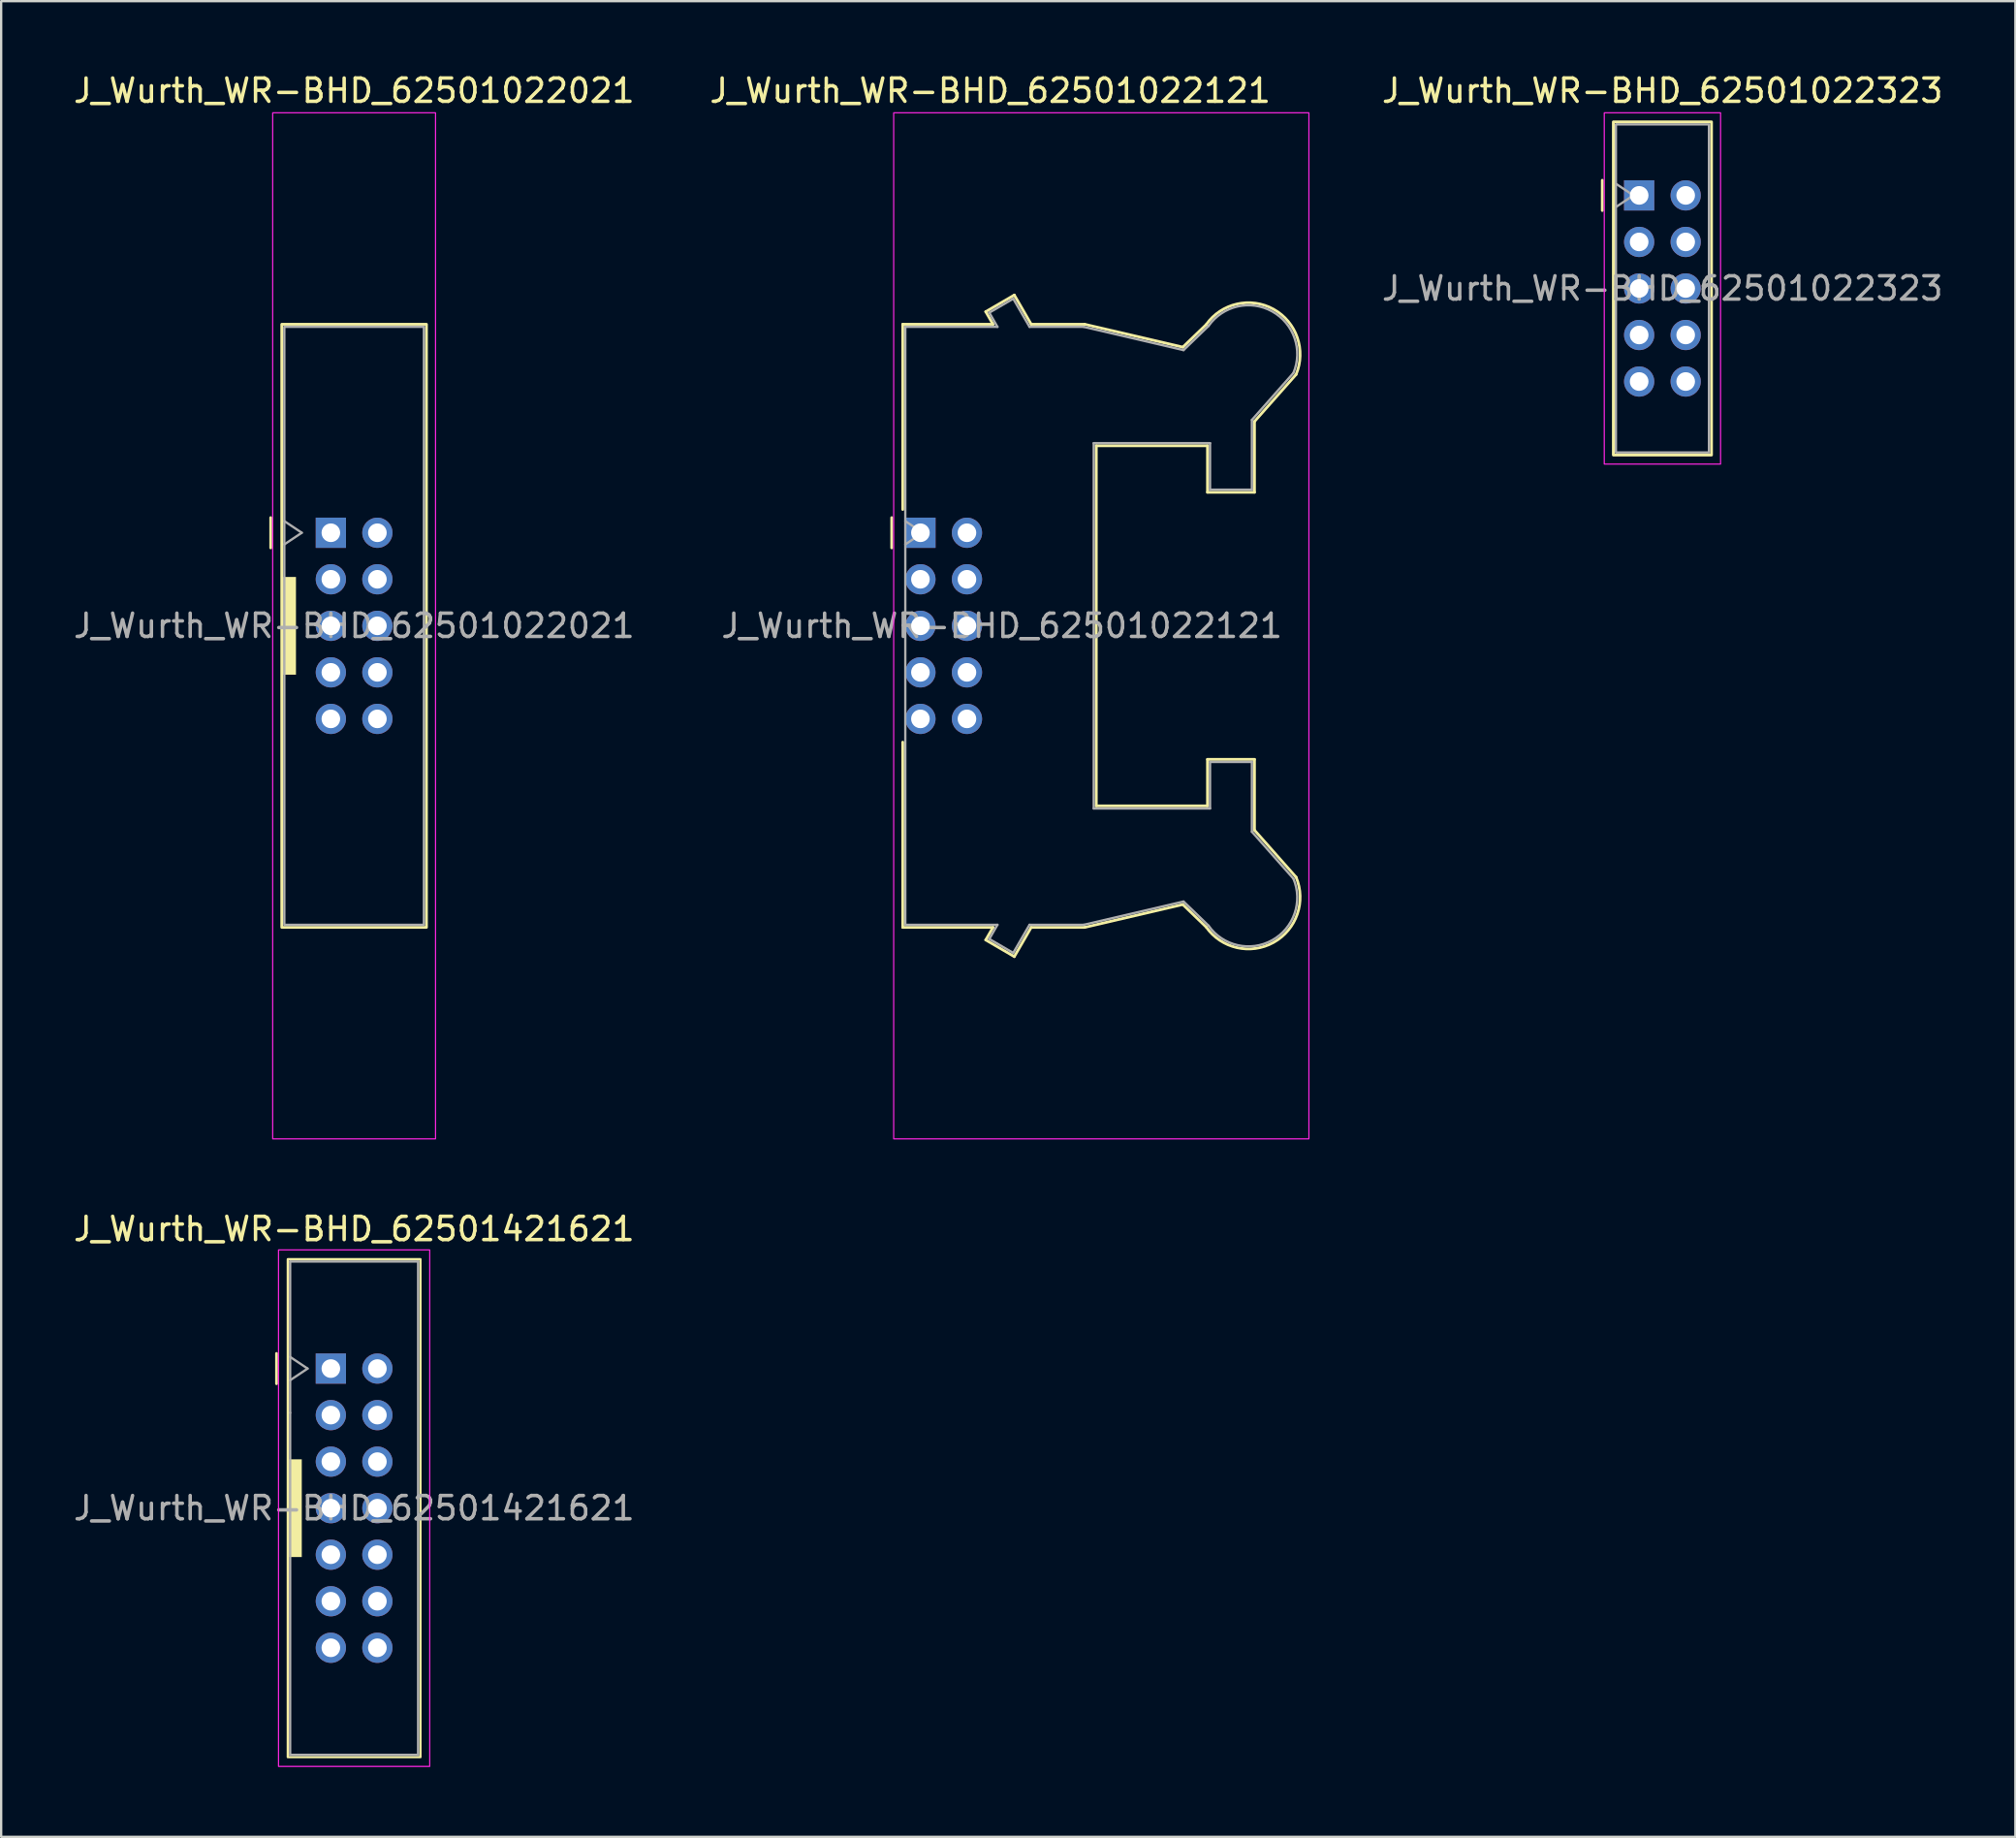
<source format=kicad_pcb>
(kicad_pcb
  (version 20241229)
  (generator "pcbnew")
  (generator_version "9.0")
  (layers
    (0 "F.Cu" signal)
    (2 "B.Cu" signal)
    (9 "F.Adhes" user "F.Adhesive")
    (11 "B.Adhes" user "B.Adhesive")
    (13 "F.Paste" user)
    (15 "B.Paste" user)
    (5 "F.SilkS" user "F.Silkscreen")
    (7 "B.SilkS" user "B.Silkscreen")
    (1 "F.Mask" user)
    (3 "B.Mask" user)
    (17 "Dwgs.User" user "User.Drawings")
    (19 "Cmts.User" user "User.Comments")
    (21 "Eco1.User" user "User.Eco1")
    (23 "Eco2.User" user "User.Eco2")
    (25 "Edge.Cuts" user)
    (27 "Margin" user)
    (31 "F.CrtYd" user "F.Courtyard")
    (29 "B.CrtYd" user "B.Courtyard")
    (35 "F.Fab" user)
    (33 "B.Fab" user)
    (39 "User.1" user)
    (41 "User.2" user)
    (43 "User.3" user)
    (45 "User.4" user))
  (footprint "J_Wurth_WR-BHD_62501421621"
    (layer "F.Cu")
    (at 11.173 55.772)
    (property "Reference" "J_Wurth_WR-BHD_62501421621" (at 1 -6 0) (unlocked yes) (layer "F.SilkS") (effects (font (size 1 1) (thickness 0.15))))
    (attr through_hole)
    (fp_line (start -2.335 -0.65) (end -2.335 0.65) (stroke (width 0.12) (type solid)) (layer "F.SilkS"))
    (fp_rect (start -1.8 3.9) (end -1.25 8.1) (stroke (width 0) (type solid)) (fill yes) (layer "F.SilkS"))
    (fp_poly (pts (xy 3.85 16.7) (xy 3.85 -4.7) (xy -1.85 -4.7) (xy -1.85 16.7)) (stroke (width 0.1) (type solid)) (fill no) (layer "F.SilkS"))
    (fp_poly (pts (xy -2.25 -5.1) (xy -2.25 17.1) (xy 4.25 17.1) (xy 4.25 -5.1)) (stroke (width 0.05) (type solid)) (fill no) (layer "F.CrtYd"))
    (fp_line (start -1.75 -4.6) (end -1.75 1.9) (stroke (width 0.1) (type solid)) (layer "F.Fab"))
    (fp_line (start -1.75 1.9) (end -1.75 6.1) (stroke (width 0.1) (type solid)) (layer "F.Fab"))
    (fp_line (start -1.75 6.1) (end -1.75 16.6) (stroke (width 0.1) (type solid)) (layer "F.Fab"))
    (fp_line (start -1.75 16.6) (end 3.75 16.6) (stroke (width 0.1) (type solid)) (layer "F.Fab"))
    (fp_line (start -1 0) (end -1.75 -0.5) (stroke (width 0.1) (type solid)) (layer "F.Fab"))
    (fp_line (start -1 0) (end -1.75 0.5) (stroke (width 0.1) (type solid)) (layer "F.Fab"))
    (fp_line (start 3.75 -4.6) (end -1.75 -4.6) (stroke (width 0.1) (type solid)) (layer "F.Fab"))
    (fp_line (start 3.75 16.6) (end 3.75 -4.6) (stroke (width 0.1) (type solid)) (layer "F.Fab"))
    (fp_text user "${REFERENCE}" (at 1 6 0) (unlocked yes) (layer "F.Fab") (effects (font (size 1 1) (thickness 0.15))))
    (pad "1" thru_hole rect (at 0 0 270) (size 1.3 1.3) (drill 0.8) (layers "*.Cu" "*.Mask"))
    (pad "2" thru_hole circle (at 2 0 270) (size 1.3 1.3) (drill 0.8) (layers "*.Cu" "*.Mask"))
    (pad "3" thru_hole circle (at 0 2 270) (size 1.3 1.3) (drill 0.8) (layers "*.Cu" "*.Mask"))
    (pad "4" thru_hole circle (at 2 2 270) (size 1.3 1.3) (drill 0.8) (layers "*.Cu" "*.Mask"))
    (pad "5" thru_hole circle (at 0 4 270) (size 1.3 1.3) (drill 0.8) (layers "*.Cu" "*.Mask"))
    (pad "6" thru_hole circle (at 2 4 270) (size 1.3 1.3) (drill 0.8) (layers "*.Cu" "*.Mask"))
    (pad "7" thru_hole circle (at 0 6 270) (size 1.3 1.3) (drill 0.8) (layers "*.Cu" "*.Mask"))
    (pad "8" thru_hole circle (at 2 6 270) (size 1.3 1.3) (drill 0.8) (layers "*.Cu" "*.Mask"))
    (pad "9" thru_hole circle (at 0 8 270) (size 1.3 1.3) (drill 0.8) (layers "*.Cu" "*.Mask"))
    (pad "10" thru_hole circle (at 2 8 270) (size 1.3 1.3) (drill 0.8) (layers "*.Cu" "*.Mask"))
    (pad "11" thru_hole circle (at 0 10 270) (size 1.3 1.3) (drill 0.8) (layers "*.Cu" "*.Mask"))
    (pad "12" thru_hole circle (at 2 10 270) (size 1.3 1.3) (drill 0.8) (layers "*.Cu" "*.Mask"))
    (pad "13" thru_hole circle (at 0 12 270) (size 1.3 1.3) (drill 0.8) (layers "*.Cu" "*.Mask"))
    (pad "14" thru_hole circle (at 2 12 270) (size 1.3 1.3) (drill 0.8) (layers "*.Cu" "*.Mask")))
  (footprint "J_Wurth_WR-BHD_62501022121"
    (layer "F.Cu")
    (at 36.518 19.848)
    (property "Reference" "J_Wurth_WR-BHD_62501022121" (at 3 -19 0) (unlocked yes) (layer "F.SilkS") (effects (font (size 1 1) (thickness 0.15))))
    (attr through_hole)
    (fp_line (start -1.235 -0.65) (end -1.235 0.65) (stroke (width 0.12) (type solid)) (layer "F.SilkS"))
    (fp_line (start -0.76 -8.96) (end 3.12 -8.96) (stroke (width 0.12) (type solid)) (layer "F.SilkS"))
    (fp_line (start -0.76 -1) (end -0.76 -8.96) (stroke (width 0.12) (type solid)) (layer "F.SilkS"))
    (fp_line (start -0.76 16.96) (end -0.76 9) (stroke (width 0.12) (type solid)) (layer "F.SilkS"))
    (fp_line (start -0.76 16.96) (end 3.12 16.96) (stroke (width 0.12) (type solid)) (layer "F.SilkS"))
    (fp_line (start 2.808 -9.502) (end 4.035 -10.216) (stroke (width 0.12) (type solid)) (layer "F.SilkS"))
    (fp_line (start 2.808 17.502) (end 4.035 18.216) (stroke (width 0.12) (type solid)) (layer "F.SilkS"))
    (fp_line (start 3.12 -8.96) (end 2.808 -9.502) (stroke (width 0.12) (type solid)) (layer "F.SilkS"))
    (fp_line (start 3.12 16.96) (end 2.808 17.502) (stroke (width 0.12) (type solid)) (layer "F.SilkS"))
    (fp_line (start 4.035 -10.216) (end 4.762 -8.96) (stroke (width 0.12) (type solid)) (layer "F.SilkS"))
    (fp_line (start 4.035 18.216) (end 4.762 16.96) (stroke (width 0.12) (type solid)) (layer "F.SilkS"))
    (fp_line (start 4.762 -8.96) (end 7.062 -8.96) (stroke (width 0.12) (type solid)) (layer "F.SilkS"))
    (fp_line (start 4.762 16.96) (end 7.062 16.96) (stroke (width 0.12) (type solid)) (layer "F.SilkS"))
    (fp_line (start 7.062 -8.96) (end 11.279 -7.977) (stroke (width 0.12) (type solid)) (layer "F.SilkS"))
    (fp_line (start 7.062 16.96) (end 11.279 15.977) (stroke (width 0.12) (type solid)) (layer "F.SilkS"))
    (fp_line (start 7.56 11.74) (end 7.56 -3.74) (stroke (width 0.12) (type solid)) (layer "F.SilkS"))
    (fp_line (start 11.279 -7.977) (end 12.285 -8.947) (stroke (width 0.12) (type solid)) (layer "F.SilkS"))
    (fp_line (start 11.279 15.977) (end 12.285 16.947) (stroke (width 0.12) (type solid)) (layer "F.SilkS"))
    (fp_line (start 12.34 -3.74) (end 7.56 -3.74) (stroke (width 0.12) (type solid)) (layer "F.SilkS"))
    (fp_line (start 12.34 -1.74) (end 12.34 -3.74) (stroke (width 0.12) (type solid)) (layer "F.SilkS"))
    (fp_line (start 12.34 9.74) (end 12.34 11.74) (stroke (width 0.12) (type solid)) (layer "F.SilkS"))
    (fp_line (start 12.34 11.74) (end 7.56 11.74) (stroke (width 0.12) (type solid)) (layer "F.SilkS"))
    (fp_line (start 14.36 -4.782) (end 14.36 -1.74) (stroke (width 0.12) (type solid)) (layer "F.SilkS"))
    (fp_line (start 14.36 -1.74) (end 12.34 -1.74) (stroke (width 0.12) (type solid)) (layer "F.SilkS"))
    (fp_line (start 14.36 9.74) (end 12.34 9.74) (stroke (width 0.12) (type solid)) (layer "F.SilkS"))
    (fp_line (start 14.36 12.782) (end 14.36 9.74) (stroke (width 0.12) (type solid)) (layer "F.SilkS"))
    (fp_line (start 16.148 -6.803) (end 14.362 -4.785) (stroke (width 0.12) (type solid)) (layer "F.SilkS"))
    (fp_line (start 16.148 14.803) (end 14.362 12.785) (stroke (width 0.12) (type solid)) (layer "F.SilkS"))
    (fp_arc (start 12.284536 -8.946538) (mid 15.178015 -9.608271) (end 16.148123 -6.803098) (stroke (width 0.12) (type solid)) (layer "F.SilkS"))
    (fp_arc (start 16.148123 14.803098) (mid 15.178016 17.608273) (end 12.284536 16.946538) (stroke (width 0.12) (type solid)) (layer "F.SilkS"))
    (fp_rect (start -1.15 -18.05) (end 16.7 26.05) (stroke (width 0.05) (type solid)) (fill no) (layer "F.CrtYd"))
    (fp_line (start -0.65 -8.85) (end 3.311 -8.85) (stroke (width 0.1) (type solid)) (layer "F.Fab"))
    (fp_line (start -0.65 16.85) (end -0.65 -8.85) (stroke (width 0.1) (type solid)) (layer "F.Fab"))
    (fp_line (start -0.65 16.85) (end 3.311 16.85) (stroke (width 0.1) (type solid)) (layer "F.Fab"))
    (fp_line (start 0.1 0) (end -0.65 -0.5) (stroke (width 0.1) (type solid)) (layer "F.Fab"))
    (fp_line (start 0.1 0) (end -0.65 0.5) (stroke (width 0.1) (type solid)) (layer "F.Fab"))
    (fp_line (start 2.96 -9.46) (end 3.99 -10.06) (stroke (width 0.1) (type solid)) (layer "F.Fab"))
    (fp_line (start 2.96 17.46) (end 3.99 18.06) (stroke (width 0.1) (type solid)) (layer "F.Fab"))
    (fp_line (start 3.311 -8.85) (end 2.96 -9.46) (stroke (width 0.1) (type solid)) (layer "F.Fab"))
    (fp_line (start 3.311 16.85) (end 2.96 17.46) (stroke (width 0.1) (type solid)) (layer "F.Fab"))
    (fp_line (start 3.99 -10.06) (end 4.69 -8.85) (stroke (width 0.1) (type solid)) (layer "F.Fab"))
    (fp_line (start 3.99 18.06) (end 4.69 16.85) (stroke (width 0.1) (type solid)) (layer "F.Fab"))
    (fp_line (start 4.69 -8.85) (end 7.02 -8.85) (stroke (width 0.1) (type solid)) (layer "F.Fab"))
    (fp_line (start 4.69 16.85) (end 7.02 16.85) (stroke (width 0.1) (type solid)) (layer "F.Fab"))
    (fp_line (start 7.02 -8.85) (end 11.31 -7.85) (stroke (width 0.1) (type solid)) (layer "F.Fab"))
    (fp_line (start 7.02 16.85) (end 11.31 15.85) (stroke (width 0.1) (type solid)) (layer "F.Fab"))
    (fp_line (start 7.45 11.85) (end 7.45 -3.85) (stroke (width 0.1) (type solid)) (layer "F.Fab"))
    (fp_line (start 11.31 -7.85) (end 12.386 -8.89) (stroke (width 0.1) (type solid)) (layer "F.Fab"))
    (fp_line (start 11.31 15.85) (end 12.387 16.89) (stroke (width 0.1) (type solid)) (layer "F.Fab"))
    (fp_line (start 12.45 -3.85) (end 7.45 -3.85) (stroke (width 0.1) (type solid)) (layer "F.Fab"))
    (fp_line (start 12.45 -1.85) (end 12.45 -3.85) (stroke (width 0.1) (type solid)) (layer "F.Fab"))
    (fp_line (start 12.45 9.85) (end 12.45 11.85) (stroke (width 0.1) (type solid)) (layer "F.Fab"))
    (fp_line (start 12.45 11.85) (end 7.45 11.85) (stroke (width 0.1) (type solid)) (layer "F.Fab"))
    (fp_line (start 14.25 -4.85) (end 14.25 -1.85) (stroke (width 0.1) (type solid)) (layer "F.Fab"))
    (fp_line (start 14.25 -1.85) (end 12.45 -1.85) (stroke (width 0.1) (type solid)) (layer "F.Fab"))
    (fp_line (start 14.25 9.85) (end 12.45 9.85) (stroke (width 0.1) (type solid)) (layer "F.Fab"))
    (fp_line (start 14.25 12.85) (end 14.25 9.85) (stroke (width 0.1) (type solid)) (layer "F.Fab"))
    (fp_line (start 16.034 14.866) (end 14.25 12.85) (stroke (width 0.1) (type solid)) (layer "F.Fab"))
    (fp_line (start 16.034 -6.866) (end 14.25 -4.85) (stroke (width 0.1) (type solid)) (layer "F.Fab"))
    (fp_arc (start 12.385693 -8.89) (mid 15.117944 -9.514867) (end 16.033999 -6.866) (stroke (width 0.1) (type solid)) (layer "F.Fab"))
    (fp_arc (start 16.033999 14.866) (mid 15.117944 17.514867) (end 12.385693 16.89) (stroke (width 0.1) (type solid)) (layer "F.Fab"))
    (fp_text user "${REFERENCE}" (at 3.5 4 0) (unlocked yes) (layer "F.Fab") (effects (font (size 1 1) (thickness 0.15))))
    (pad "1" thru_hole rect (at 0 0 270) (size 1.3 1.3) (drill 0.8) (layers "*.Cu" "*.Mask"))
    (pad "2" thru_hole circle (at 2 0 270) (size 1.3 1.3) (drill 0.8) (layers "*.Cu" "*.Mask"))
    (pad "3" thru_hole circle (at 0 2 270) (size 1.3 1.3) (drill 0.8) (layers "*.Cu" "*.Mask"))
    (pad "4" thru_hole circle (at 2 2 270) (size 1.3 1.3) (drill 0.8) (layers "*.Cu" "*.Mask"))
    (pad "5" thru_hole circle (at 0 4 270) (size 1.3 1.3) (drill 0.8) (layers "*.Cu" "*.Mask"))
    (pad "6" thru_hole circle (at 2 4 270) (size 1.3 1.3) (drill 0.8) (layers "*.Cu" "*.Mask"))
    (pad "7" thru_hole circle (at 0 6 270) (size 1.3 1.3) (drill 0.8) (layers "*.Cu" "*.Mask"))
    (pad "8" thru_hole circle (at 2 6 270) (size 1.3 1.3) (drill 0.8) (layers "*.Cu" "*.Mask"))
    (pad "9" thru_hole circle (at 0 8 270) (size 1.3 1.3) (drill 0.8) (layers "*.Cu" "*.Mask"))
    (pad "10" thru_hole circle (at 2 8 270) (size 1.3 1.3) (drill 0.8) (layers "*.Cu" "*.Mask")))
  (footprint "J_Wurth_WR-BHD_62501022021"
    (layer "F.Cu")
    (at 11.173 19.848)
    (property "Reference" "J_Wurth_WR-BHD_62501022021" (at 1 -19 0) (unlocked yes) (layer "F.SilkS") (effects (font (size 1 1) (thickness 0.15))))
    (attr through_hole)
    (fp_line (start -2.585 -0.65) (end -2.585 0.65) (stroke (width 0.12) (type solid)) (layer "F.SilkS"))
    (fp_rect (start -2.11 -8.96) (end 4.11 16.96) (stroke (width 0.12) (type default)) (fill no) (layer "F.SilkS"))
    (fp_rect (start -2.05 1.9) (end -1.5 6.1) (stroke (width 0) (type default)) (fill yes) (layer "F.SilkS"))
    (fp_rect (start -2.5 -18.05) (end 4.5 26.05) (stroke (width 0.05) (type solid)) (fill no) (layer "F.CrtYd"))
    (fp_line (start -1.25 0) (end -2 -0.5) (stroke (width 0.1) (type solid)) (layer "F.Fab"))
    (fp_line (start -1.25 0) (end -2 0.5) (stroke (width 0.1) (type solid)) (layer "F.Fab"))
    (fp_rect (start -2 -8.85) (end 4 16.85) (stroke (width 0.1) (type solid)) (fill no) (layer "F.Fab"))
    (fp_text user "${REFERENCE}" (at 1 4 0) (unlocked yes) (layer "F.Fab") (effects (font (size 1 1) (thickness 0.15))))
    (pad "1" thru_hole rect (at 0 0 270) (size 1.3 1.3) (drill 0.8) (layers "*.Cu" "*.Mask"))
    (pad "2" thru_hole circle (at 2 0 270) (size 1.3 1.3) (drill 0.8) (layers "*.Cu" "*.Mask"))
    (pad "3" thru_hole circle (at 0 2 270) (size 1.3 1.3) (drill 0.8) (layers "*.Cu" "*.Mask"))
    (pad "4" thru_hole circle (at 2 2 270) (size 1.3 1.3) (drill 0.8) (layers "*.Cu" "*.Mask"))
    (pad "5" thru_hole circle (at 0 4 270) (size 1.3 1.3) (drill 0.8) (layers "*.Cu" "*.Mask"))
    (pad "6" thru_hole circle (at 2 4 270) (size 1.3 1.3) (drill 0.8) (layers "*.Cu" "*.Mask"))
    (pad "7" thru_hole circle (at 0 6 270) (size 1.3 1.3) (drill 0.8) (layers "*.Cu" "*.Mask"))
    (pad "8" thru_hole circle (at 2 6 270) (size 1.3 1.3) (drill 0.8) (layers "*.Cu" "*.Mask"))
    (pad "9" thru_hole circle (at 0 8 270) (size 1.3 1.3) (drill 0.8) (layers "*.Cu" "*.Mask"))
    (pad "10" thru_hole circle (at 2 8 270) (size 1.3 1.3) (drill 0.8) (layers "*.Cu" "*.Mask")))
  (footprint "J_Wurth_WR-BHD_62501022323"
    (layer "F.Cu")
    (at 67.415 5.348)
    (property "Reference" "J_Wurth_WR-BHD_62501022323" (at 1 -4.5 0) (unlocked yes) (layer "F.SilkS") (effects (font (size 1 1) (thickness 0.15))))
    (attr through_hole)
    (fp_line (start -1.585 -0.65) (end -1.585 0.65) (stroke (width 0.12) (type solid)) (layer "F.SilkS"))
    (fp_rect (start -1.11 -3.16) (end 3.11 11.16) (stroke (width 0.12) (type default)) (fill no) (layer "F.SilkS"))
    (fp_rect (start -1.5 -3.55) (end 3.5 11.55) (stroke (width 0.05) (type default)) (fill no) (layer "F.CrtYd"))
    (fp_line (start -0.25 0) (end -1 -0.5) (stroke (width 0.1) (type solid)) (layer "F.Fab"))
    (fp_line (start -0.25 0) (end -1 0.5) (stroke (width 0.1) (type solid)) (layer "F.Fab"))
    (fp_rect (start -1 -3.05) (end 3 11.05) (stroke (width 0.1) (type solid)) (fill no) (layer "F.Fab"))
    (fp_text user "${REFERENCE}" (at 1 4 0) (unlocked yes) (layer "F.Fab") (effects (font (size 1 1) (thickness 0.15))))
    (pad "1" thru_hole rect (at 0 0 270) (size 1.3 1.3) (drill 0.8) (layers "*.Cu" "*.Mask"))
    (pad "2" thru_hole circle (at 2 0 270) (size 1.3 1.3) (drill 0.8) (layers "*.Cu" "*.Mask"))
    (pad "3" thru_hole circle (at 0 2 270) (size 1.3 1.3) (drill 0.8) (layers "*.Cu" "*.Mask"))
    (pad "4" thru_hole circle (at 2 2 270) (size 1.3 1.3) (drill 0.8) (layers "*.Cu" "*.Mask"))
    (pad "5" thru_hole circle (at 0 4 270) (size 1.3 1.3) (drill 0.8) (layers "*.Cu" "*.Mask"))
    (pad "6" thru_hole circle (at 2 4 270) (size 1.3 1.3) (drill 0.8) (layers "*.Cu" "*.Mask"))
    (pad "7" thru_hole circle (at 0 6 270) (size 1.3 1.3) (drill 0.8) (layers "*.Cu" "*.Mask"))
    (pad "8" thru_hole circle (at 2 6 270) (size 1.3 1.3) (drill 0.8) (layers "*.Cu" "*.Mask"))
    (pad "9" thru_hole circle (at 0 8 270) (size 1.3 1.3) (drill 0.8) (layers "*.Cu" "*.Mask"))
    (pad "10" thru_hole circle (at 2 8 270) (size 1.3 1.3) (drill 0.8) (layers "*.Cu" "*.Mask")))
  (gr_rect
    (start -3 -3)
    (end 83.588 75.897)
    (stroke (width 0.1) (type default))
    (fill no)
    (layer "Edge.Cuts")))
</source>
